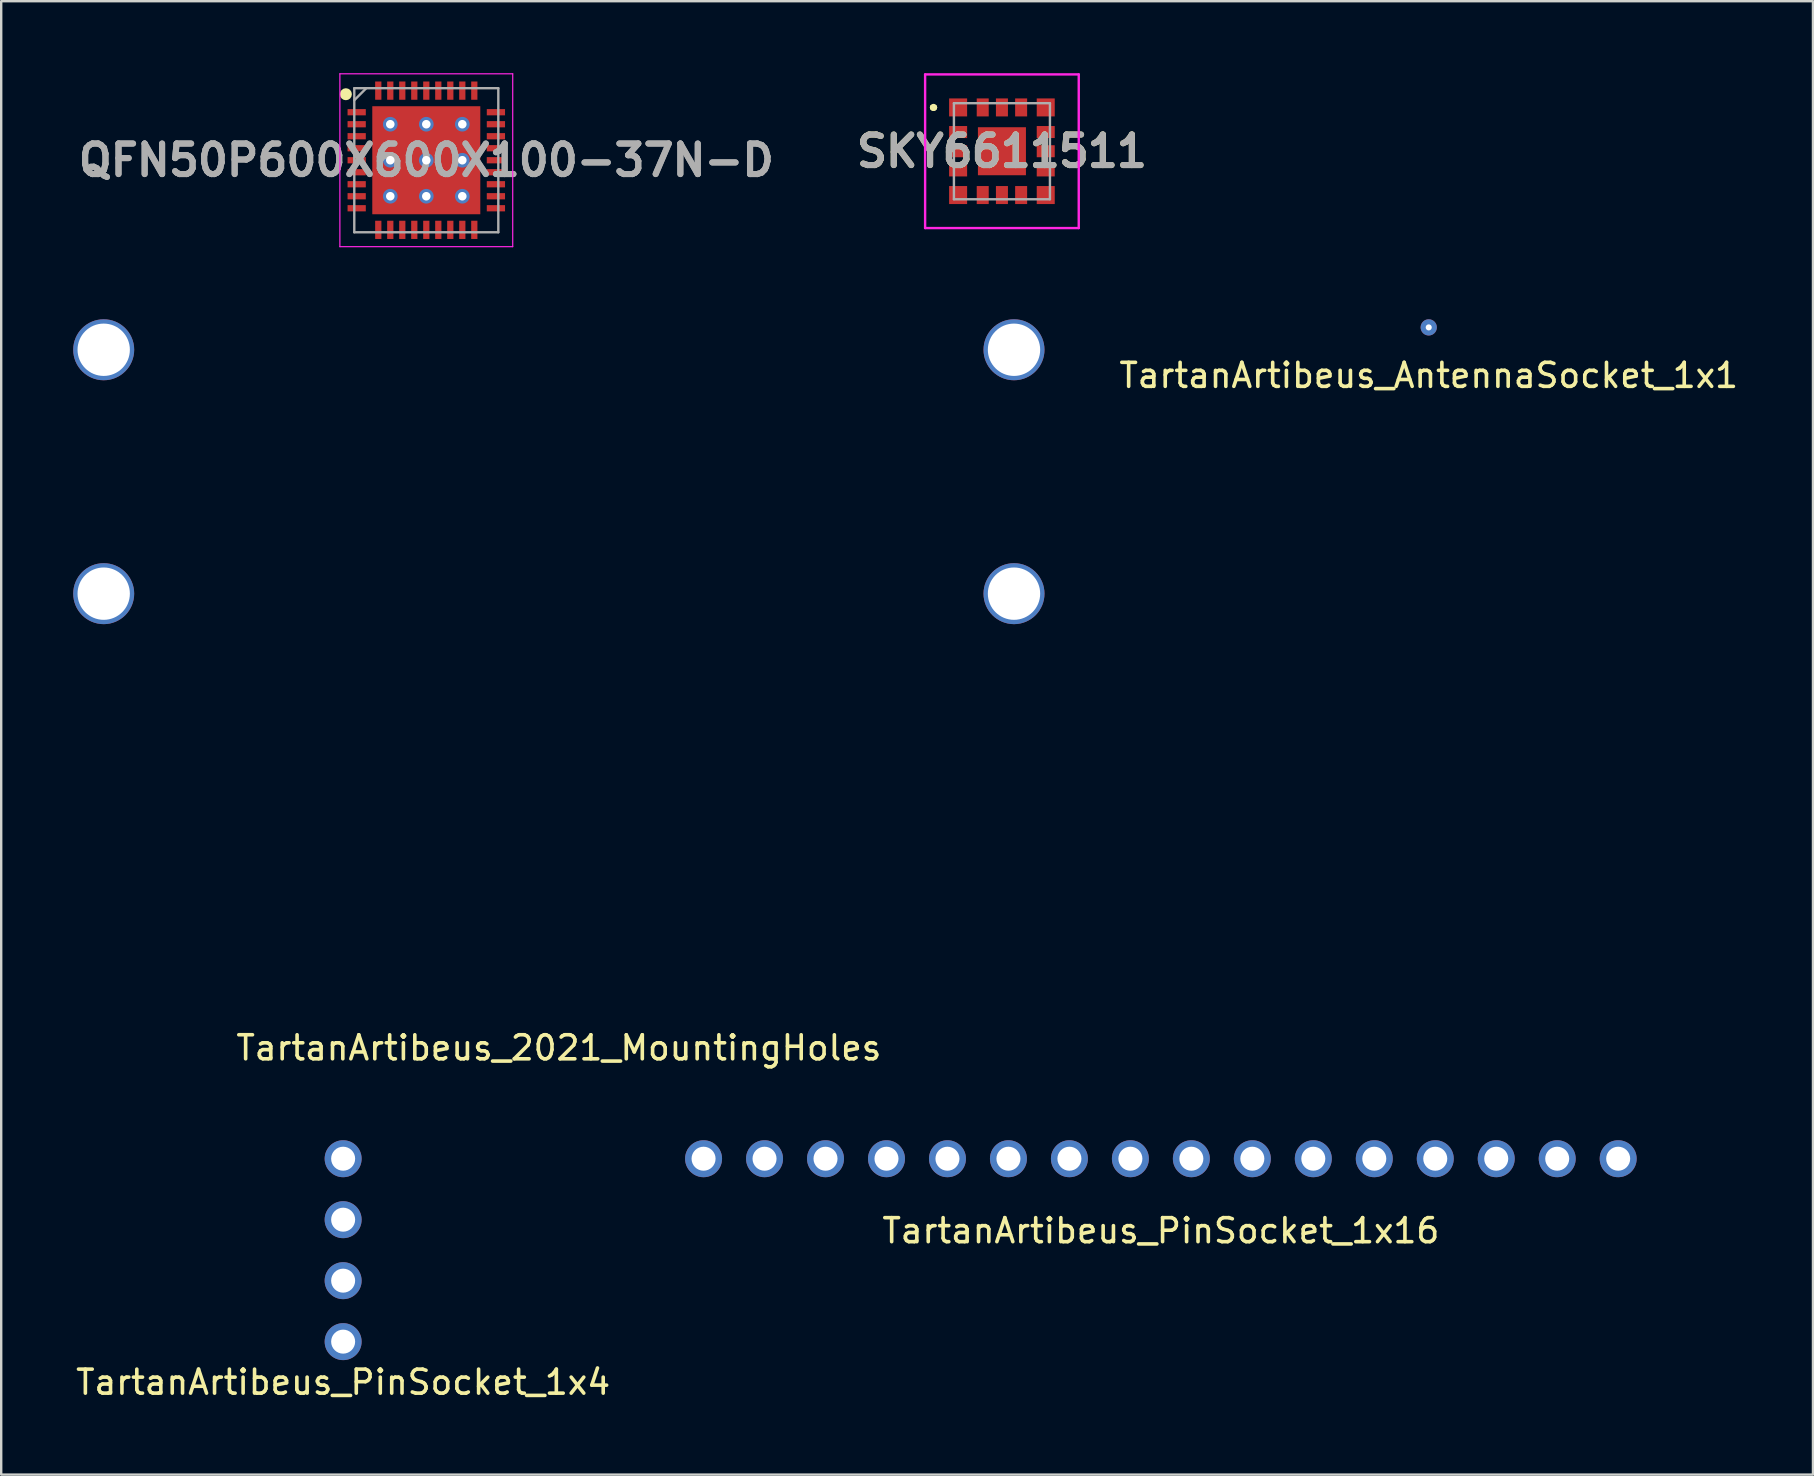
<source format=kicad_pcb>
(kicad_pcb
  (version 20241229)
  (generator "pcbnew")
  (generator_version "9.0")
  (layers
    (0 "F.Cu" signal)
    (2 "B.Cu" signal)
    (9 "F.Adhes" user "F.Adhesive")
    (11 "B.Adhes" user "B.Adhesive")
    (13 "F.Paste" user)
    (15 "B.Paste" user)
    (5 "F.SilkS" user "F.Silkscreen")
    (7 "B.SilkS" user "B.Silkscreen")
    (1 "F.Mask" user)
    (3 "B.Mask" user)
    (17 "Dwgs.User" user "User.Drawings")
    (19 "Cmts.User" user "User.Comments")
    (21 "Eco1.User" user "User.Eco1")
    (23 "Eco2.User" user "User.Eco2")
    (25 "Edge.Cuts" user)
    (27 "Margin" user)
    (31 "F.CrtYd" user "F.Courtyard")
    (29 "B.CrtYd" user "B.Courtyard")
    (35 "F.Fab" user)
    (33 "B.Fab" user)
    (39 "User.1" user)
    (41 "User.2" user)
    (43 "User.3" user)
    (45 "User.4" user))
  (footprint "SKY6611511"
    (layer "F.Cu")
    (at 38.687 3.25)
    (property "Reference" "SKY6611511" (at 0 0 0) (layer "F.SilkS") (effects (font (size 1.27 1.27) (thickness 0.254))))
    (attr smd)
    (fp_line (start -2.9 -1.825) (end -2.9 -1.825) (stroke (width 0.2) (type solid)) (layer "F.SilkS"))
    (fp_line (start -2.9 -1.825) (end -2.9 -1.825) (stroke (width 0.2) (type solid)) (layer "F.SilkS"))
    (fp_line (start -2.8 -1.825) (end -2.8 -1.825) (stroke (width 0.2) (type solid)) (layer "F.SilkS"))
    (fp_arc (start -2.9 -1.825) (mid -2.85 -1.875) (end -2.8 -1.825) (stroke (width 0.2) (type solid)) (layer "F.SilkS"))
    (fp_arc (start -2.8 -1.825) (mid -2.85 -1.775) (end -2.9 -1.825) (stroke (width 0.2) (type solid)) (layer "F.SilkS"))
    (fp_arc (start -2.8 -1.825) (mid -2.85 -1.775) (end -2.9 -1.825) (stroke (width 0.2) (type solid)) (layer "F.SilkS"))
    (fp_line (start -3.2 -3.2) (end 3.2 -3.2) (stroke (width 0.1) (type solid)) (layer "F.CrtYd"))
    (fp_line (start -3.2 3.2) (end -3.2 -3.2) (stroke (width 0.1) (type solid)) (layer "F.CrtYd"))
    (fp_line (start 3.2 -3.2) (end 3.2 3.2) (stroke (width 0.1) (type solid)) (layer "F.CrtYd"))
    (fp_line (start 3.2 3.2) (end -3.2 3.2) (stroke (width 0.1) (type solid)) (layer "F.CrtYd"))
    (fp_line (start -2 -2) (end -2 2) (stroke (width 0.1) (type solid)) (layer "F.Fab"))
    (fp_line (start -2 2) (end 2 2) (stroke (width 0.1) (type solid)) (layer "F.Fab"))
    (fp_line (start 2 -2) (end -2 -2) (stroke (width 0.1) (type solid)) (layer "F.Fab"))
    (fp_line (start 2 2) (end 2 -2) (stroke (width 0.1) (type solid)) (layer "F.Fab"))
    (fp_text user "${REFERENCE}" (at 0 0 0) (layer "F.Fab") (effects (font (size 1.27 1.27) (thickness 0.254))))
    (pad "1" smd rect (at -1.825 -1.825 90) (size 0.75 0.75) (layers "F.Cu" "F.Mask" "F.Paste"))
    (pad "2" smd rect (at -1.825 -0.8 90) (size 0.5 0.75) (layers "F.Cu" "F.Mask" "F.Paste"))
    (pad "3" smd rect (at -1.825 0 90) (size 0.5 0.75) (layers "F.Cu" "F.Mask" "F.Paste"))
    (pad "4" smd rect (at -1.825 0.8 90) (size 0.5 0.75) (layers "F.Cu" "F.Mask" "F.Paste"))
    (pad "5" smd rect (at -1.825 1.825 90) (size 0.75 0.75) (layers "F.Cu" "F.Mask" "F.Paste"))
    (pad "6" smd rect (at -0.8 1.825) (size 0.5 0.75) (layers "F.Cu" "F.Mask" "F.Paste"))
    (pad "7" smd rect (at 0 1.825) (size 0.5 0.75) (layers "F.Cu" "F.Mask" "F.Paste"))
    (pad "8" smd rect (at 0.8 1.825) (size 0.5 0.75) (layers "F.Cu" "F.Mask" "F.Paste"))
    (pad "9" smd rect (at 1.825 1.825 90) (size 0.75 0.75) (layers "F.Cu" "F.Mask" "F.Paste"))
    (pad "10" smd rect (at 1.825 0.8 90) (size 0.5 0.75) (layers "F.Cu" "F.Mask" "F.Paste"))
    (pad "11" smd rect (at 1.825 0 90) (size 0.5 0.75) (layers "F.Cu" "F.Mask" "F.Paste"))
    (pad "12" smd rect (at 1.825 -0.8 90) (size 0.5 0.75) (layers "F.Cu" "F.Mask" "F.Paste"))
    (pad "13" smd rect (at 1.825 -1.825 90) (size 0.75 0.75) (layers "F.Cu" "F.Mask" "F.Paste"))
    (pad "14" smd rect (at 0.8 -1.825) (size 0.5 0.75) (layers "F.Cu" "F.Mask" "F.Paste"))
    (pad "15" smd rect (at 0 -1.825) (size 0.5 0.75) (layers "F.Cu" "F.Mask" "F.Paste"))
    (pad "16" smd rect (at -0.8 -1.825) (size 0.5 0.75) (layers "F.Cu" "F.Mask" "F.Paste"))
    (pad "17" smd rect (at 0 0 90) (size 2 2) (layers "F.Cu" "F.Mask" "F.Paste")))
  (footprint "TartanArtibeus_2021_MountingHoles"
    (layer "F.Cu")
    (at 20.23 16.6)
    (property "Reference" "TartanArtibeus_2021_MountingHoles" (at 0 24 0) (layer "F.SilkS") (effects (font (size 1 1) (thickness 0.15))))
    (attr through_hole)
    (pad "1" thru_hole circle (at -18.96 -5.08) (size 2.54 2.54) (drill 2.18) (layers "*.Cu" "*.Mask"))
    (pad "2" thru_hole circle (at 18.96 -5.08) (size 2.54 2.54) (drill 2.18) (layers "*.Cu" "*.Mask"))
    (pad "3" thru_hole circle (at -18.96 5.08) (size 2.54 2.54) (drill 2.18) (layers "*.Cu" "*.Mask"))
    (pad "4" thru_hole circle (at 18.96 5.08) (size 2.54 2.54) (drill 2.18) (layers "*.Cu" "*.Mask")))
  (footprint "QFN50P600X600X100-37N-D"
    (layer "F.Cu")
    (at 14.708 3.625)
    (property "Reference" "QFN50P600X600X100-37N-D" (at 0 0 0) (layer "F.Fab") (effects (font (size 1.27 1.27) (thickness 0.254))))
    (attr smd)
    (fp_line (start -1.5 -0.75) (end 1.5 -0.75) (stroke (width 0.6) (type solid)) (layer "F.Mask"))
    (fp_line (start -0.75 -1.5) (end -0.75 1.5) (stroke (width 0.6) (type solid)) (layer "F.Mask"))
    (fp_line (start 0.75 -1.5) (end 0.75 1.5) (stroke (width 0.6) (type solid)) (layer "F.Mask"))
    (fp_line (start 1.5 0.75) (end -1.5 0.75) (stroke (width 0.6) (type solid)) (layer "F.Mask"))
    (fp_circle (center -3.35 -2.75) (end -3.35 -2.625) (stroke (width 0.25) (type solid)) (fill no) (layer "F.SilkS"))
    (fp_line (start -1.501 -0.75) (end -1.499 -0.75) (stroke (width 0.5) (type solid)) (layer "F.Paste"))
    (fp_line (start -1.501 0.75) (end -1.499 0.75) (stroke (width 0.5) (type solid)) (layer "F.Paste"))
    (fp_line (start -0.751 -1.5) (end -0.749 -1.5) (stroke (width 0.5) (type solid)) (layer "F.Paste"))
    (fp_line (start -0.751 -0.75) (end -0.749 -0.75) (stroke (width 0.5) (type solid)) (layer "F.Paste"))
    (fp_line (start -0.751 0) (end -0.749 0) (stroke (width 0.5) (type solid)) (layer "F.Paste"))
    (fp_line (start -0.751 0.75) (end -0.749 0.75) (stroke (width 0.5) (type solid)) (layer "F.Paste"))
    (fp_line (start -0.751 1.5) (end -0.749 1.5) (stroke (width 0.5) (type solid)) (layer "F.Paste"))
    (fp_line (start -0.001 -0.75) (end 0.001 -0.75) (stroke (width 0.5) (type solid)) (layer "F.Paste"))
    (fp_line (start -0.001 0.75) (end 0.001 0.75) (stroke (width 0.5) (type solid)) (layer "F.Paste"))
    (fp_line (start 0.749 -1.5) (end 0.751 -1.5) (stroke (width 0.5) (type solid)) (layer "F.Paste"))
    (fp_line (start 0.749 -0.75) (end 0.751 -0.75) (stroke (width 0.5) (type solid)) (layer "F.Paste"))
    (fp_line (start 0.749 0) (end 0.751 0) (stroke (width 0.5) (type solid)) (layer "F.Paste"))
    (fp_line (start 0.749 0.75) (end 0.751 0.75) (stroke (width 0.5) (type solid)) (layer "F.Paste"))
    (fp_line (start 0.749 1.5) (end 0.751 1.5) (stroke (width 0.5) (type solid)) (layer "F.Paste"))
    (fp_line (start 1.499 -0.75) (end 1.501 -0.75) (stroke (width 0.5) (type solid)) (layer "F.Paste"))
    (fp_line (start 1.499 0.75) (end 1.501 0.75) (stroke (width 0.5) (type solid)) (layer "F.Paste"))
    (fp_line (start -3.6 -3.6) (end 3.6 -3.6) (stroke (width 0.05) (type solid)) (layer "F.CrtYd"))
    (fp_line (start -3.6 3.6) (end -3.6 -3.6) (stroke (width 0.05) (type solid)) (layer "F.CrtYd"))
    (fp_line (start 3.6 -3.6) (end 3.6 3.6) (stroke (width 0.05) (type solid)) (layer "F.CrtYd"))
    (fp_line (start 3.6 3.6) (end -3.6 3.6) (stroke (width 0.05) (type solid)) (layer "F.CrtYd"))
    (fp_line (start -3 -3) (end 3 -3) (stroke (width 0.1) (type solid)) (layer "F.Fab"))
    (fp_line (start -3 -2.5) (end -2.5 -3) (stroke (width 0.1) (type solid)) (layer "F.Fab"))
    (fp_line (start -3 3) (end -3 -3) (stroke (width 0.1) (type solid)) (layer "F.Fab"))
    (fp_line (start 3 -3) (end 3 3) (stroke (width 0.1) (type solid)) (layer "F.Fab"))
    (fp_line (start 3 3) (end -3 3) (stroke (width 0.1) (type solid)) (layer "F.Fab"))
    (fp_text user "${REFERENCE}" (at 0 0 0) (layer "F.Fab") (effects (font (size 1.27 1.27) (thickness 0.254))))
    (pad "1" smd rect (at -2.9 -2 90) (size 0.26 0.76) (layers "F.Cu" "F.Mask" "F.Paste"))
    (pad "2" smd rect (at -2.9 -1.5 90) (size 0.26 0.76) (layers "F.Cu" "F.Mask" "F.Paste"))
    (pad "3" smd rect (at -2.9 -1 90) (size 0.26 0.76) (layers "F.Cu" "F.Mask" "F.Paste"))
    (pad "4" smd rect (at -2.9 -0.5 90) (size 0.26 0.76) (layers "F.Cu" "F.Mask" "F.Paste"))
    (pad "5" smd rect (at -2.9 0 90) (size 0.26 0.76) (layers "F.Cu" "F.Mask" "F.Paste"))
    (pad "6" smd rect (at -2.9 0.5 90) (size 0.26 0.76) (layers "F.Cu" "F.Mask" "F.Paste"))
    (pad "7" smd rect (at -2.9 1 90) (size 0.26 0.76) (layers "F.Cu" "F.Mask" "F.Paste"))
    (pad "8" smd rect (at -2.9 1.5 90) (size 0.26 0.76) (layers "F.Cu" "F.Mask" "F.Paste"))
    (pad "9" smd rect (at -2.9 2 90) (size 0.26 0.76) (layers "F.Cu" "F.Mask" "F.Paste"))
    (pad "10" smd rect (at -2 2.9) (size 0.26 0.76) (layers "F.Cu" "F.Mask" "F.Paste"))
    (pad "11" smd rect (at -1.5 2.9) (size 0.26 0.76) (layers "F.Cu" "F.Mask" "F.Paste"))
    (pad "12" smd rect (at -1 2.9) (size 0.26 0.76) (layers "F.Cu" "F.Mask" "F.Paste"))
    (pad "13" smd rect (at -0.5 2.9) (size 0.26 0.76) (layers "F.Cu" "F.Mask" "F.Paste"))
    (pad "14" smd rect (at 0 2.9) (size 0.26 0.76) (layers "F.Cu" "F.Mask" "F.Paste"))
    (pad "15" smd rect (at 0.5 2.9) (size 0.26 0.76) (layers "F.Cu" "F.Mask" "F.Paste"))
    (pad "16" smd rect (at 1 2.9) (size 0.26 0.76) (layers "F.Cu" "F.Mask" "F.Paste"))
    (pad "17" smd rect (at 1.5 2.9) (size 0.26 0.76) (layers "F.Cu" "F.Mask" "F.Paste"))
    (pad "18" smd rect (at 2 2.9) (size 0.26 0.76) (layers "F.Cu" "F.Mask" "F.Paste"))
    (pad "19" smd rect (at 2.9 2 90) (size 0.26 0.76) (layers "F.Cu" "F.Mask" "F.Paste"))
    (pad "20" smd rect (at 2.9 1.5 90) (size 0.26 0.76) (layers "F.Cu" "F.Mask" "F.Paste"))
    (pad "21" smd rect (at 2.9 1 90) (size 0.26 0.76) (layers "F.Cu" "F.Mask" "F.Paste"))
    (pad "22" smd rect (at 2.9 0.5 90) (size 0.26 0.76) (layers "F.Cu" "F.Mask" "F.Paste"))
    (pad "23" smd rect (at 2.9 0 90) (size 0.26 0.76) (layers "F.Cu" "F.Mask" "F.Paste"))
    (pad "24" smd rect (at 2.9 -0.5 90) (size 0.26 0.76) (layers "F.Cu" "F.Mask" "F.Paste"))
    (pad "25" smd rect (at 2.9 -1 90) (size 0.26 0.76) (layers "F.Cu" "F.Mask" "F.Paste"))
    (pad "26" smd rect (at 2.9 -1.5 90) (size 0.26 0.76) (layers "F.Cu" "F.Mask" "F.Paste"))
    (pad "27" smd rect (at 2.9 -2 90) (size 0.26 0.76) (layers "F.Cu" "F.Mask" "F.Paste"))
    (pad "28" smd rect (at 2 -2.9) (size 0.26 0.76) (layers "F.Cu" "F.Mask" "F.Paste"))
    (pad "29" smd rect (at 1.5 -2.9) (size 0.26 0.76) (layers "F.Cu" "F.Mask" "F.Paste"))
    (pad "30" smd rect (at 1 -2.9) (size 0.26 0.76) (layers "F.Cu" "F.Mask" "F.Paste"))
    (pad "31" smd rect (at 0.5 -2.9) (size 0.26 0.76) (layers "F.Cu" "F.Mask" "F.Paste"))
    (pad "32" smd rect (at 0 -2.9) (size 0.26 0.76) (layers "F.Cu" "F.Mask" "F.Paste"))
    (pad "33" smd rect (at -0.5 -2.9) (size 0.26 0.76) (layers "F.Cu" "F.Mask" "F.Paste"))
    (pad "34" smd rect (at -1 -2.9) (size 0.26 0.76) (layers "F.Cu" "F.Mask" "F.Paste"))
    (pad "35" smd rect (at -1.5 -2.9) (size 0.26 0.76) (layers "F.Cu" "F.Mask" "F.Paste"))
    (pad "36" smd rect (at -2 -2.9) (size 0.26 0.76) (layers "F.Cu" "F.Mask" "F.Paste"))
    (pad "37" thru_hole circle (at -1.5 -1.5) (size 0.61 0.61) (drill 0.356) (layers "*.Cu" "B.Mask"))
    (pad "37" thru_hole circle (at -1.5 0) (size 0.61 0.61) (drill 0.356) (layers "*.Cu" "B.Mask"))
    (pad "37" thru_hole circle (at -1.5 1.5) (size 0.61 0.61) (drill 0.356) (layers "*.Cu" "B.Mask"))
    (pad "37" thru_hole circle (at 0 -1.5) (size 0.61 0.61) (drill 0.356) (layers "*.Cu" "B.Mask"))
    (pad "37" thru_hole circle (at 0 0) (size 0.61 0.61) (drill 0.356) (layers "*.Cu" "B.Mask"))
    (pad "37" smd rect (at 0 0) (size 4.5 4.5) (layers "F.Cu"))
    (pad "37" thru_hole circle (at 0 1.5) (size 0.61 0.61) (drill 0.356) (layers "*.Cu" "B.Mask"))
    (pad "37" thru_hole circle (at 1.5 -1.5) (size 0.61 0.61) (drill 0.356) (layers "*.Cu" "B.Mask"))
    (pad "37" thru_hole circle (at 1.5 0) (size 0.61 0.61) (drill 0.356) (layers "*.Cu" "B.Mask"))
    (pad "37" thru_hole circle (at 1.5 1.5) (size 0.61 0.61) (drill 0.356) (layers "*.Cu" "B.Mask")))
  (footprint "TartanArtibeus_AntennaSocket_1x1"
    (layer "F.Cu")
    (at 56.466 10.588)
    (property "Reference" "TartanArtibeus_AntennaSocket_1x1" (at 0 2 0) (layer "F.SilkS") (effects (font (size 1 1) (thickness 0.15))))
    (attr through_hole)
    (pad "1" thru_hole circle (at 0 0) (size 0.676 0.676) (drill 0.254) (layers "*.Cu" "*.Mask")))
  (footprint "TartanArtibeus_PinSocket_1x16"
    (layer "F.Cu")
    (at 45.308 45.218)
    (property "Reference" "TartanArtibeus_PinSocket_1x16" (at 0 3 0) (layer "F.SilkS") (effects (font (size 1 1) (thickness 0.15))))
    (attr through_hole)
    (pad "1" thru_hole circle (at -19.05 0) (size 1.54 1.54) (drill 1) (layers "*.Cu" "*.Mask"))
    (pad "2" thru_hole circle (at -16.51 0) (size 1.54 1.54) (drill 1) (layers "*.Cu" "*.Mask"))
    (pad "3" thru_hole circle (at -13.97 0) (size 1.54 1.54) (drill 1) (layers "*.Cu" "*.Mask"))
    (pad "4" thru_hole circle (at -11.43 0) (size 1.54 1.54) (drill 1) (layers "*.Cu" "*.Mask"))
    (pad "5" thru_hole circle (at -8.89 0) (size 1.54 1.54) (drill 1) (layers "*.Cu" "*.Mask"))
    (pad "6" thru_hole circle (at -6.35 0) (size 1.54 1.54) (drill 1) (layers "*.Cu" "*.Mask"))
    (pad "7" thru_hole circle (at -3.81 0) (size 1.54 1.54) (drill 1) (layers "*.Cu" "*.Mask"))
    (pad "8" thru_hole circle (at -1.27 0) (size 1.54 1.54) (drill 1) (layers "*.Cu" "*.Mask"))
    (pad "9" thru_hole circle (at 1.27 0) (size 1.54 1.54) (drill 1) (layers "*.Cu" "*.Mask"))
    (pad "10" thru_hole circle (at 3.81 0) (size 1.54 1.54) (drill 1) (layers "*.Cu" "*.Mask"))
    (pad "11" thru_hole circle (at 6.35 0) (size 1.54 1.54) (drill 1) (layers "*.Cu" "*.Mask"))
    (pad "12" thru_hole circle (at 8.89 0) (size 1.54 1.54) (drill 1) (layers "*.Cu" "*.Mask"))
    (pad "13" thru_hole circle (at 11.43 0) (size 1.54 1.54) (drill 1) (layers "*.Cu" "*.Mask"))
    (pad "14" thru_hole circle (at 13.97 0) (size 1.54 1.54) (drill 1) (layers "*.Cu" "*.Mask"))
    (pad "15" thru_hole circle (at 16.51 0) (size 1.54 1.54) (drill 1) (layers "*.Cu" "*.Mask"))
    (pad "16" thru_hole circle (at 19.05 0) (size 1.54 1.54) (drill 1) (layers "*.Cu" "*.Mask")))
  (footprint "TartanArtibeus_PinSocket_1x4"
    (layer "F.Cu")
    (at 11.244 49.028)
    (property "Reference" "TartanArtibeus_PinSocket_1x4" (at 0 5.5 0) (layer "F.SilkS") (effects (font (size 1 1) (thickness 0.15))))
    (attr through_hole)
    (pad "1" thru_hole circle (at 0 3.81) (size 1.54 1.54) (drill 1) (layers "*.Cu" "*.Mask"))
    (pad "2" thru_hole circle (at 0 1.27) (size 1.54 1.54) (drill 1) (layers "*.Cu" "*.Mask"))
    (pad "3" thru_hole circle (at 0 -1.27) (size 1.54 1.54) (drill 1) (layers "*.Cu" "*.Mask"))
    (pad "4" thru_hole circle (at 0 -3.81) (size 1.54 1.54) (drill 1) (layers "*.Cu" "*.Mask")))
  (gr_rect
    (start -3 -3)
    (end 72.472 58.377)
    (stroke (width 0.1) (type default))
    (fill no)
    (layer "Edge.Cuts")))
</source>
